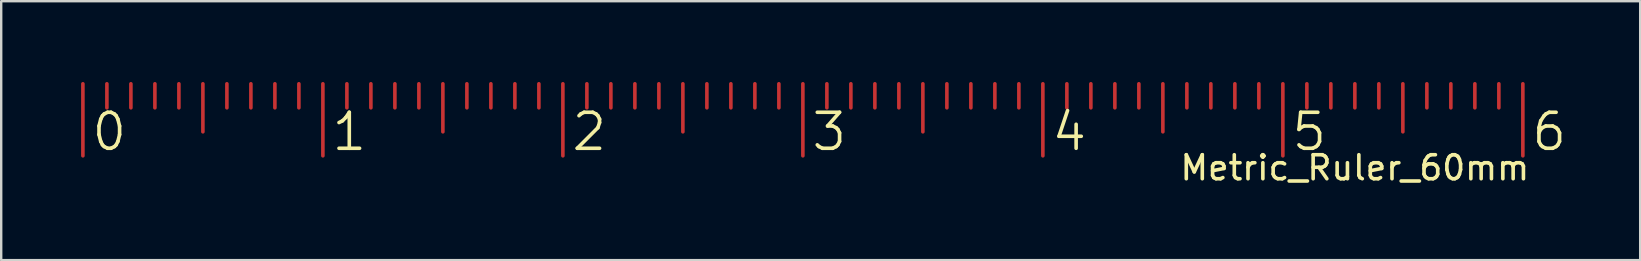
<source format=kicad_pcb>
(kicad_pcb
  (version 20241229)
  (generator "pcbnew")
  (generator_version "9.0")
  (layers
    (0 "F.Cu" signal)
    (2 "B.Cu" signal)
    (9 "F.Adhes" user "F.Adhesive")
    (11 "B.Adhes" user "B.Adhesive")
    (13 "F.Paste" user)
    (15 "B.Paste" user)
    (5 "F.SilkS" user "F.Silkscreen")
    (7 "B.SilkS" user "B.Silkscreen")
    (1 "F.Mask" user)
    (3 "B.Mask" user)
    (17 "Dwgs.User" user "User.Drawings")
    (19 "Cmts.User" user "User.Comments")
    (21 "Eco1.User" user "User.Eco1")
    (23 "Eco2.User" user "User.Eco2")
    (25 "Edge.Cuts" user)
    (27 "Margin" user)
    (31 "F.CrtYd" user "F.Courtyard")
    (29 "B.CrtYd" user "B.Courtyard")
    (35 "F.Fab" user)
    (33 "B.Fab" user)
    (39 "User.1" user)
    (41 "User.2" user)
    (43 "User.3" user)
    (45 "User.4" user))
  (footprint "Metric_Ruler_60mm"
    (layer "F.Cu")
    (at 0.25 0.25)
    (property "Reference" "Metric_Ruler_60mm" (at 53.154 3.692 180) (layer "F.SilkS") (effects (font (size 1 1) (thickness 0.15))))
    (attr through_hole)
    (fp_line (start 0.154 0.192) (end 0.154 3.192) (stroke (width 0.15) (type solid)) (layer "F.Cu"))
    (fp_line (start 1.154 0.192) (end 1.154 1.192) (stroke (width 0.15) (type solid)) (layer "F.Cu"))
    (fp_line (start 2.154 0.192) (end 2.154 1.192) (stroke (width 0.15) (type solid)) (layer "F.Cu"))
    (fp_line (start 3.154 0.192) (end 3.154 1.192) (stroke (width 0.15) (type solid)) (layer "F.Cu"))
    (fp_line (start 4.154 0.192) (end 4.154 1.192) (stroke (width 0.15) (type solid)) (layer "F.Cu"))
    (fp_line (start 5.154 0.192) (end 5.154 2.192) (stroke (width 0.15) (type solid)) (layer "F.Cu"))
    (fp_line (start 6.154 0.192) (end 6.154 1.192) (stroke (width 0.15) (type solid)) (layer "F.Cu"))
    (fp_line (start 7.154 0.192) (end 7.154 1.192) (stroke (width 0.15) (type solid)) (layer "F.Cu"))
    (fp_line (start 8.154 0.192) (end 8.154 1.192) (stroke (width 0.15) (type solid)) (layer "F.Cu"))
    (fp_line (start 9.154 0.192) (end 9.154 1.192) (stroke (width 0.15) (type solid)) (layer "F.Cu"))
    (fp_line (start 10.154 0.192) (end 10.154 3.192) (stroke (width 0.15) (type solid)) (layer "F.Cu"))
    (fp_line (start 11.154 0.192) (end 11.154 1.192) (stroke (width 0.15) (type solid)) (layer "F.Cu"))
    (fp_line (start 12.154 0.192) (end 12.154 1.192) (stroke (width 0.15) (type solid)) (layer "F.Cu"))
    (fp_line (start 13.154 0.192) (end 13.154 1.192) (stroke (width 0.15) (type solid)) (layer "F.Cu"))
    (fp_line (start 14.154 0.192) (end 14.154 1.192) (stroke (width 0.15) (type solid)) (layer "F.Cu"))
    (fp_line (start 15.154 0.192) (end 15.154 2.192) (stroke (width 0.15) (type solid)) (layer "F.Cu"))
    (fp_line (start 16.154 0.192) (end 16.154 1.192) (stroke (width 0.15) (type solid)) (layer "F.Cu"))
    (fp_line (start 17.154 0.192) (end 17.154 1.192) (stroke (width 0.15) (type solid)) (layer "F.Cu"))
    (fp_line (start 18.154 0.192) (end 18.154 1.192) (stroke (width 0.15) (type solid)) (layer "F.Cu"))
    (fp_line (start 19.154 0.192) (end 19.154 1.192) (stroke (width 0.15) (type solid)) (layer "F.Cu"))
    (fp_line (start 20.154 0.192) (end 20.154 3.192) (stroke (width 0.15) (type solid)) (layer "F.Cu"))
    (fp_line (start 21.154 0.192) (end 21.154 1.192) (stroke (width 0.15) (type solid)) (layer "F.Cu"))
    (fp_line (start 22.154 0.192) (end 22.154 1.192) (stroke (width 0.15) (type solid)) (layer "F.Cu"))
    (fp_line (start 23.154 0.192) (end 23.154 1.192) (stroke (width 0.15) (type solid)) (layer "F.Cu"))
    (fp_line (start 24.154 0.192) (end 24.154 1.192) (stroke (width 0.15) (type solid)) (layer "F.Cu"))
    (fp_line (start 25.154 0.192) (end 25.154 2.192) (stroke (width 0.15) (type solid)) (layer "F.Cu"))
    (fp_line (start 26.154 0.192) (end 26.154 1.192) (stroke (width 0.15) (type solid)) (layer "F.Cu"))
    (fp_line (start 27.154 0.192) (end 27.154 1.192) (stroke (width 0.15) (type solid)) (layer "F.Cu"))
    (fp_line (start 28.154 0.192) (end 28.154 1.192) (stroke (width 0.15) (type solid)) (layer "F.Cu"))
    (fp_line (start 29.154 0.192) (end 29.154 1.192) (stroke (width 0.15) (type solid)) (layer "F.Cu"))
    (fp_line (start 30.154 0.192) (end 30.154 3.192) (stroke (width 0.15) (type solid)) (layer "F.Cu"))
    (fp_line (start 31.154 0.192) (end 31.154 1.192) (stroke (width 0.15) (type solid)) (layer "F.Cu"))
    (fp_line (start 32.154 0.192) (end 32.154 1.192) (stroke (width 0.15) (type solid)) (layer "F.Cu"))
    (fp_line (start 33.154 0.192) (end 33.154 1.192) (stroke (width 0.15) (type solid)) (layer "F.Cu"))
    (fp_line (start 34.154 0.192) (end 34.154 1.192) (stroke (width 0.15) (type solid)) (layer "F.Cu"))
    (fp_line (start 35.154 0.192) (end 35.154 2.192) (stroke (width 0.15) (type solid)) (layer "F.Cu"))
    (fp_line (start 36.154 0.192) (end 36.154 1.192) (stroke (width 0.15) (type solid)) (layer "F.Cu"))
    (fp_line (start 37.154 0.192) (end 37.154 1.192) (stroke (width 0.15) (type solid)) (layer "F.Cu"))
    (fp_line (start 38.154 0.192) (end 38.154 1.192) (stroke (width 0.15) (type solid)) (layer "F.Cu"))
    (fp_line (start 39.154 0.192) (end 39.154 1.192) (stroke (width 0.15) (type solid)) (layer "F.Cu"))
    (fp_line (start 40.154 0.192) (end 40.154 3.192) (stroke (width 0.15) (type solid)) (layer "F.Cu"))
    (fp_line (start 41.154 0.192) (end 41.154 1.192) (stroke (width 0.15) (type solid)) (layer "F.Cu"))
    (fp_line (start 42.154 0.192) (end 42.154 1.192) (stroke (width 0.15) (type solid)) (layer "F.Cu"))
    (fp_line (start 43.154 0.192) (end 43.154 1.192) (stroke (width 0.15) (type solid)) (layer "F.Cu"))
    (fp_line (start 44.154 0.192) (end 44.154 1.192) (stroke (width 0.15) (type solid)) (layer "F.Cu"))
    (fp_line (start 45.154 0.192) (end 45.154 2.192) (stroke (width 0.15) (type solid)) (layer "F.Cu"))
    (fp_line (start 46.154 0.192) (end 46.154 1.192) (stroke (width 0.15) (type solid)) (layer "F.Cu"))
    (fp_line (start 47.154 0.192) (end 47.154 1.192) (stroke (width 0.15) (type solid)) (layer "F.Cu"))
    (fp_line (start 48.154 0.192) (end 48.154 1.192) (stroke (width 0.15) (type solid)) (layer "F.Cu"))
    (fp_line (start 49.154 0.192) (end 49.154 1.192) (stroke (width 0.15) (type solid)) (layer "F.Cu"))
    (fp_line (start 50.154 0.192) (end 50.154 3.192) (stroke (width 0.15) (type solid)) (layer "F.Cu"))
    (fp_line (start 51.154 0.192) (end 51.154 1.192) (stroke (width 0.15) (type solid)) (layer "F.Cu"))
    (fp_line (start 52.154 0.192) (end 52.154 1.192) (stroke (width 0.15) (type solid)) (layer "F.Cu"))
    (fp_line (start 53.154 0.192) (end 53.154 1.192) (stroke (width 0.15) (type solid)) (layer "F.Cu"))
    (fp_line (start 54.154 0.192) (end 54.154 1.192) (stroke (width 0.15) (type solid)) (layer "F.Cu"))
    (fp_line (start 55.154 0.192) (end 55.154 2.192) (stroke (width 0.15) (type solid)) (layer "F.Cu"))
    (fp_line (start 56.154 0.192) (end 56.154 1.192) (stroke (width 0.15) (type solid)) (layer "F.Cu"))
    (fp_line (start 57.154 0.192) (end 57.154 1.192) (stroke (width 0.15) (type solid)) (layer "F.Cu"))
    (fp_line (start 58.154 0.192) (end 58.154 1.192) (stroke (width 0.15) (type solid)) (layer "F.Cu"))
    (fp_line (start 59.154 0.192) (end 59.154 1.192) (stroke (width 0.15) (type solid)) (layer "F.Cu"))
    (fp_line (start 60.154 0.192) (end 60.154 3.192) (stroke (width 0.15) (type solid)) (layer "F.Cu"))
    (fp_line (start 0.154 0.192) (end 0.154 3.192) (stroke (width 0.15) (type solid)) (layer "F.Mask"))
    (fp_line (start 1.154 0.192) (end 1.154 1.192) (stroke (width 0.15) (type solid)) (layer "F.Mask"))
    (fp_line (start 2.154 0.192) (end 2.154 1.192) (stroke (width 0.15) (type solid)) (layer "F.Mask"))
    (fp_line (start 3.154 0.192) (end 3.154 1.192) (stroke (width 0.15) (type solid)) (layer "F.Mask"))
    (fp_line (start 4.154 0.192) (end 4.154 1.192) (stroke (width 0.15) (type solid)) (layer "F.Mask"))
    (fp_line (start 5.154 0.192) (end 5.154 2.192) (stroke (width 0.15) (type solid)) (layer "F.Mask"))
    (fp_line (start 6.154 0.192) (end 6.154 1.192) (stroke (width 0.15) (type solid)) (layer "F.Mask"))
    (fp_line (start 7.154 0.192) (end 7.154 1.192) (stroke (width 0.15) (type solid)) (layer "F.Mask"))
    (fp_line (start 8.154 0.192) (end 8.154 1.192) (stroke (width 0.15) (type solid)) (layer "F.Mask"))
    (fp_line (start 9.154 0.192) (end 9.154 1.192) (stroke (width 0.15) (type solid)) (layer "F.Mask"))
    (fp_line (start 10.154 0.192) (end 10.154 3.192) (stroke (width 0.15) (type solid)) (layer "F.Mask"))
    (fp_line (start 11.154 0.192) (end 11.154 1.192) (stroke (width 0.15) (type solid)) (layer "F.Mask"))
    (fp_line (start 12.154 0.192) (end 12.154 1.192) (stroke (width 0.15) (type solid)) (layer "F.Mask"))
    (fp_line (start 13.154 0.192) (end 13.154 1.192) (stroke (width 0.15) (type solid)) (layer "F.Mask"))
    (fp_line (start 14.154 0.192) (end 14.154 1.192) (stroke (width 0.15) (type solid)) (layer "F.Mask"))
    (fp_line (start 15.154 0.192) (end 15.154 2.192) (stroke (width 0.15) (type solid)) (layer "F.Mask"))
    (fp_line (start 16.154 0.192) (end 16.154 1.192) (stroke (width 0.15) (type solid)) (layer "F.Mask"))
    (fp_line (start 17.154 0.192) (end 17.154 1.192) (stroke (width 0.15) (type solid)) (layer "F.Mask"))
    (fp_line (start 18.154 0.192) (end 18.154 1.192) (stroke (width 0.15) (type solid)) (layer "F.Mask"))
    (fp_line (start 19.154 0.192) (end 19.154 1.192) (stroke (width 0.15) (type solid)) (layer "F.Mask"))
    (fp_line (start 20.154 0.192) (end 20.154 3.192) (stroke (width 0.15) (type solid)) (layer "F.Mask"))
    (fp_line (start 21.154 0.192) (end 21.154 1.192) (stroke (width 0.15) (type solid)) (layer "F.Mask"))
    (fp_line (start 22.154 0.192) (end 22.154 1.192) (stroke (width 0.15) (type solid)) (layer "F.Mask"))
    (fp_line (start 23.154 0.192) (end 23.154 1.192) (stroke (width 0.15) (type solid)) (layer "F.Mask"))
    (fp_line (start 24.154 0.192) (end 24.154 1.192) (stroke (width 0.15) (type solid)) (layer "F.Mask"))
    (fp_line (start 25.154 0.192) (end 25.154 2.192) (stroke (width 0.15) (type solid)) (layer "F.Mask"))
    (fp_line (start 26.154 0.192) (end 26.154 1.192) (stroke (width 0.15) (type solid)) (layer "F.Mask"))
    (fp_line (start 27.154 0.192) (end 27.154 1.192) (stroke (width 0.15) (type solid)) (layer "F.Mask"))
    (fp_line (start 28.154 0.192) (end 28.154 1.192) (stroke (width 0.15) (type solid)) (layer "F.Mask"))
    (fp_line (start 29.154 0.192) (end 29.154 1.192) (stroke (width 0.15) (type solid)) (layer "F.Mask"))
    (fp_line (start 30.154 0.192) (end 30.154 3.192) (stroke (width 0.15) (type solid)) (layer "F.Mask"))
    (fp_line (start 31.154 0.192) (end 31.154 1.192) (stroke (width 0.15) (type solid)) (layer "F.Mask"))
    (fp_line (start 32.154 0.192) (end 32.154 1.192) (stroke (width 0.15) (type solid)) (layer "F.Mask"))
    (fp_line (start 33.154 0.192) (end 33.154 1.192) (stroke (width 0.15) (type solid)) (layer "F.Mask"))
    (fp_line (start 34.154 0.192) (end 34.154 1.192) (stroke (width 0.15) (type solid)) (layer "F.Mask"))
    (fp_line (start 35.154 0.192) (end 35.154 2.192) (stroke (width 0.15) (type solid)) (layer "F.Mask"))
    (fp_line (start 36.154 0.192) (end 36.154 1.192) (stroke (width 0.15) (type solid)) (layer "F.Mask"))
    (fp_line (start 37.154 0.192) (end 37.154 1.192) (stroke (width 0.15) (type solid)) (layer "F.Mask"))
    (fp_line (start 38.154 0.192) (end 38.154 1.192) (stroke (width 0.15) (type solid)) (layer "F.Mask"))
    (fp_line (start 39.154 0.192) (end 39.154 1.192) (stroke (width 0.15) (type solid)) (layer "F.Mask"))
    (fp_line (start 40.154 0.192) (end 40.154 3.192) (stroke (width 0.15) (type solid)) (layer "F.Mask"))
    (fp_line (start 41.154 0.192) (end 41.154 1.192) (stroke (width 0.15) (type solid)) (layer "F.Mask"))
    (fp_line (start 42.154 0.192) (end 42.154 1.192) (stroke (width 0.15) (type solid)) (layer "F.Mask"))
    (fp_line (start 43.154 0.192) (end 43.154 1.192) (stroke (width 0.15) (type solid)) (layer "F.Mask"))
    (fp_line (start 44.154 0.192) (end 44.154 1.192) (stroke (width 0.15) (type solid)) (layer "F.Mask"))
    (fp_line (start 45.154 0.192) (end 45.154 2.192) (stroke (width 0.15) (type solid)) (layer "F.Mask"))
    (fp_line (start 46.154 0.192) (end 46.154 1.192) (stroke (width 0.15) (type solid)) (layer "F.Mask"))
    (fp_line (start 47.154 0.192) (end 47.154 1.192) (stroke (width 0.15) (type solid)) (layer "F.Mask"))
    (fp_line (start 48.154 0.192) (end 48.154 1.192) (stroke (width 0.15) (type solid)) (layer "F.Mask"))
    (fp_line (start 49.154 0.192) (end 49.154 1.192) (stroke (width 0.15) (type solid)) (layer "F.Mask"))
    (fp_line (start 50.154 0.192) (end 50.154 3.192) (stroke (width 0.15) (type solid)) (layer "F.Mask"))
    (fp_line (start 51.154 0.192) (end 51.154 1.192) (stroke (width 0.15) (type solid)) (layer "F.Mask"))
    (fp_line (start 52.154 0.192) (end 52.154 1.192) (stroke (width 0.15) (type solid)) (layer "F.Mask"))
    (fp_line (start 53.154 0.192) (end 53.154 1.192) (stroke (width 0.15) (type solid)) (layer "F.Mask"))
    (fp_line (start 54.154 0.192) (end 54.154 1.192) (stroke (width 0.15) (type solid)) (layer "F.Mask"))
    (fp_line (start 55.154 0.192) (end 55.154 2.192) (stroke (width 0.15) (type solid)) (layer "F.Mask"))
    (fp_line (start 56.154 0.192) (end 56.154 1.192) (stroke (width 0.15) (type solid)) (layer "F.Mask"))
    (fp_line (start 57.154 0.192) (end 57.154 1.192) (stroke (width 0.15) (type solid)) (layer "F.Mask"))
    (fp_line (start 58.154 0.192) (end 58.154 1.192) (stroke (width 0.15) (type solid)) (layer "F.Mask"))
    (fp_line (start 59.154 0.192) (end 59.154 1.192) (stroke (width 0.15) (type solid)) (layer "F.Mask"))
    (fp_line (start 60.154 0.192) (end 60.154 3.192) (stroke (width 0.15) (type solid)) (layer "F.Mask"))
    (fp_line (start 60.154 3.192) (end 60.154 3.192) (stroke (width 0.15) (type solid)) (layer "F.Mask"))
    (fp_text user "3" (at 31.254 2.192 180) (layer "F.SilkS") (effects (font (size 1.5 1.5) (thickness 0.15))))
    (fp_text user "0" (at 1.254 2.192 180) (layer "F.SilkS") (effects (font (size 1.5 1.5) (thickness 0.15))))
    (fp_text user "6" (at 61.254 2.192 180) (layer "F.SilkS") (effects (font (size 1.5 1.5) (thickness 0.15))))
    (fp_text user "5" (at 51.254 2.192 180) (layer "F.SilkS") (effects (font (size 1.5 1.5) (thickness 0.15))))
    (fp_text user "4" (at 41.254 2.192 180) (layer "F.SilkS") (effects (font (size 1.5 1.5) (thickness 0.15))))
    (fp_text user "2" (at 21.254 2.192 180) (layer "F.SilkS") (effects (font (size 1.5 1.5) (thickness 0.15))))
    (fp_text user "1" (at 11.254 2.192 180) (layer "F.SilkS") (effects (font (size 1.5 1.5) (thickness 0.15)))))
  (gr_rect
    (start -3 -3)
    (end 65.293 7.79)
    (stroke (width 0.1) (type default))
    (fill no)
    (layer "Edge.Cuts")))
</source>
